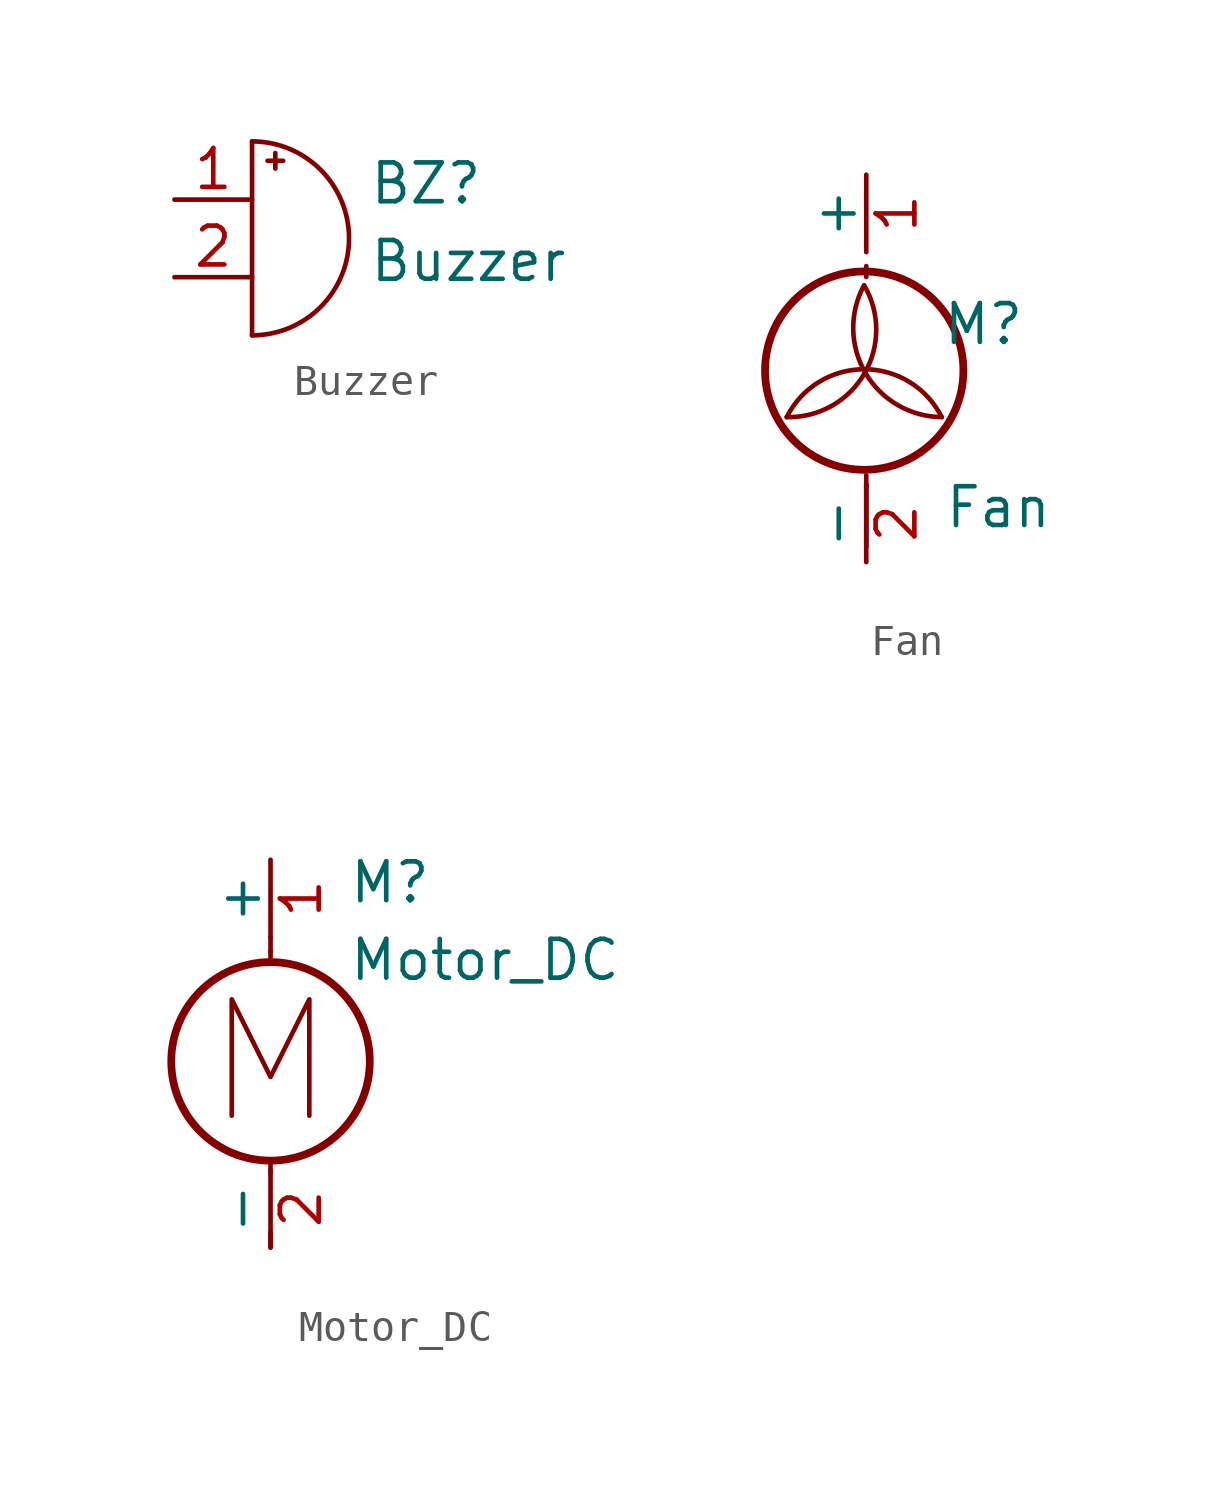
<source format=kicad_sym>
(kicad_symbol_lib
  (version 20241209)
  (generator "kicad_symbol_editor")
  (generator_version "9.0")
  (symbol "Buzzer"
    (pin_names
      (offset 0.025)
      (hide yes))
    (property "Reference" "BZ"
      (at 6.35 1.27 0)
      (effects (font (size 1.27 1.27)) (justify left top)))
    (property "Value" "Buzzer"
      (at 6.35 -1.27 0)
      (effects (font (size 1.27 1.27)) (justify left top)))
    (symbol "Buzzer_0_1"
      (arc (start 2.54 1.905) (mid 5.7012 -1.27) (end 2.54 -4.445) (stroke (width 0) (type default)) (fill (type none)))
      (polyline (pts (xy 2.54 1.905) (xy 2.54 -4.445)) (stroke (width 0) (type default)) (fill (type none)))
      (polyline (pts (xy 3.048 1.27) (xy 3.556 1.27)) (stroke (width 0) (type default)) (fill (type none)))
      (polyline (pts (xy 3.302 1.524) (xy 3.302 1.016)) (stroke (width 0) (type default)) (fill (type none))))
    (symbol "Buzzer_1_1"
      (pin passive line (at 0 0 0) (length 2.54) (name "-" (effects (font (size 1.27 1.27)))) (number "1" (effects (font (size 1.27 1.27)))))
      (pin passive line (at 0 -2.54 0) (length 2.54) (name "+" (effects (font (size 1.27 1.27)))) (number "2" (effects (font (size 1.27 1.27)))))))
  (symbol "Fan"
    (pin_names
      (offset 0))
    (property "Reference" "M"
      (at 2.473 2.721 0)
      (effects (font (size 1.27 1.27)) (justify left)))
    (property "Value" "Fan"
      (at 2.54 -2.54 0)
      (effects (font (size 1.27 1.27)) (justify left top)))
    (symbol "Fan_0_1"
      (arc (start -0.067 3.9913) (mid -0.0684 1.0861) (end -2.607 -0.3267) (stroke (width 0) (type default)) (fill (type none)))
      (circle (center -0.067 1.197) (radius 3.251) (stroke (width 0.254) (type default)) (fill (type none)))
      (arc (start -2.607 -0.3267) (mid -0.067 1.2431) (end 2.473 -0.3267) (stroke (width 0) (type default)) (fill (type none)))
      (polyline (pts (xy 0 4.267) (xy 0 4.623)) (stroke (width 0) (type default)) (fill (type none)))
      (polyline (pts (xy 0 -2.235) (xy 0 -2.642)) (stroke (width 0) (type default)) (fill (type none)))
      (polyline (pts (xy 0 -2.54) (xy 0 -4.572)) (stroke (width 0) (type default)) (fill (type none)))
      (arc (start 2.473 -0.3267) (mid -0.0202 1.1128) (end -0.067 3.9913) (stroke (width 0) (type default)) (fill (type none))))
    (symbol "Fan_1_1"
      (pin passive line (at 0 7.62 270) (length 2.54) (name "+" (effects (font (size 1.27 1.27)))) (number "1" (effects (font (size 1.27 1.27)))))
      (pin passive line (at 0 -5.08 90) (length 2.54) (name "-" (effects (font (size 1.27 1.27)))) (number "2" (effects (font (size 1.27 1.27)))))))
  (symbol "Motor_DC"
    (pin_names
      (offset 0))
    (property "Reference" "M"
      (at 2.54 5.08 0)
      (effects (font (size 1.27 1.27)) (justify left top)))
    (property "Value" "Motor_DC"
      (at 2.54 2.54 0)
      (effects (font (size 1.27 1.27)) (justify left top)))
    (symbol "Motor_DC_0_0"
      (polyline (pts (xy -1.27 -3.302) (xy -1.27 0.508) (xy 0 -2.032) (xy 1.27 0.508) (xy 1.27 -3.302)) (stroke (width 0) (type default)) (fill (type none))))
    (symbol "Motor_DC_0_1"
      (polyline (pts (xy 0 2.032) (xy 0 2.54)) (stroke (width 0) (type default)) (fill (type none)))
      (polyline (pts (xy 0 1.727) (xy 0 2.083)) (stroke (width 0) (type default)) (fill (type none)))
      (circle (center 0 -1.524) (radius 3.251) (stroke (width 0.254) (type default)) (fill (type none)))
      (polyline (pts (xy 0 -4.775) (xy 0 -5.182)) (stroke (width 0) (type default)) (fill (type none)))
      (polyline (pts (xy 0 -7.62) (xy 0 -7.112)) (stroke (width 0) (type default)) (fill (type none))))
    (symbol "Motor_DC_1_1"
      (pin passive line (at 0 5.08 270) (length 2.54) (name "+" (effects (font (size 1.27 1.27)))) (number "1" (effects (font (size 1.27 1.27)))))
      (pin passive line (at 0 -7.62 90) (length 2.54) (name "-" (effects (font (size 1.27 1.27)))) (number "2" (effects (font (size 1.27 1.27))))))))
</source>
